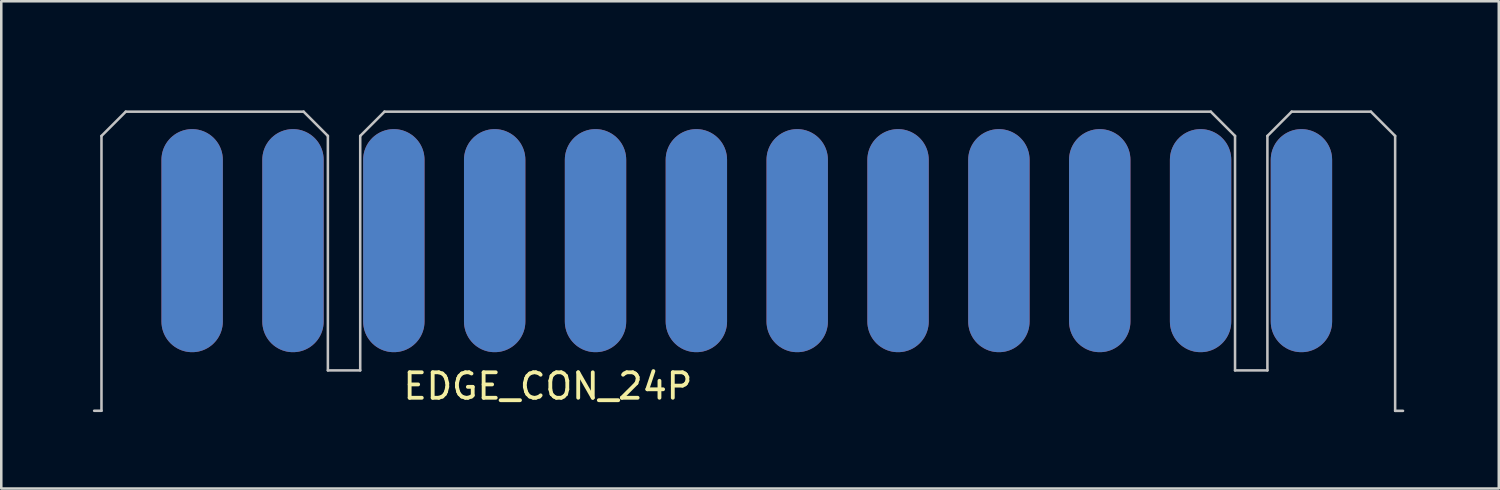
<source format=kicad_pcb>
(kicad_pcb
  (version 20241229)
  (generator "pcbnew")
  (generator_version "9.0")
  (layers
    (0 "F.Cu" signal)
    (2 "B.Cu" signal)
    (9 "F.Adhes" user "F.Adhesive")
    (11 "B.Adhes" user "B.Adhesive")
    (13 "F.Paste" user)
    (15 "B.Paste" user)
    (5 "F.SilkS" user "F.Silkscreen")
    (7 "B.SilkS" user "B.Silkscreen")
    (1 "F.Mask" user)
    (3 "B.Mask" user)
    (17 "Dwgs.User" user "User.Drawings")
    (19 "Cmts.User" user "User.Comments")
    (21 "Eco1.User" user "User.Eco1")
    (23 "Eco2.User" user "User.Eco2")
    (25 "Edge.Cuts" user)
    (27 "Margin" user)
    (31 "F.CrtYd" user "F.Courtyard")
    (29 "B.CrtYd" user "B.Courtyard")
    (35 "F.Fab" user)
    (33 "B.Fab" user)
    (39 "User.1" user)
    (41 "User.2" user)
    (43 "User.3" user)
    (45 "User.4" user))
  (footprint "EDGE_CON_24P"
    (layer "F.Cu")
    (at 4.495 6.4)
    (property "Reference" "EDGE_CON_24P" (at 13.97 5.715 0) (layer "F.SilkS") (effects (font (size 1 1) (thickness 0.15))))
    (attr through_hole)
    (fp_poly (pts (xy -4.445 -6.35) (xy 48.26 -6.35) (xy 48.26 5.08) (xy -4.445 5.08)) (stroke (width 0.1) (type solid)) (fill yes) (layer "F.Mask"))
    (fp_poly (pts (xy -4.445 5.08) (xy 48.26 5.08) (xy 48.26 -6.35) (xy -4.445 -6.35)) (stroke (width 0.1) (type solid)) (fill yes) (layer "B.Mask"))
    (fp_line (start -3.56 -4.112) (end -2.607 -5.065) (stroke (width 0.1) (type solid)) (layer "Dwgs.User"))
    (fp_line (start -3.56 6.68) (end -3.848 6.68) (stroke (width 0.1) (type solid)) (layer "Dwgs.User"))
    (fp_line (start -3.56 6.68) (end -3.56 -4.112) (stroke (width 0.1) (type solid)) (layer "Dwgs.User"))
    (fp_line (start -2.607 -5.065) (end 4.378 -5.065) (stroke (width 0.1) (type solid)) (layer "Dwgs.User"))
    (fp_line (start 4.378 -5.065) (end 5.33 -4.112) (stroke (width 0.1) (type solid)) (layer "Dwgs.User"))
    (fp_line (start 5.33 -4.112) (end 5.33 5.095) (stroke (width 0.1) (type solid)) (layer "Dwgs.User"))
    (fp_line (start 5.33 5.095) (end 6.6 5.095) (stroke (width 0.1) (type solid)) (layer "Dwgs.User"))
    (fp_line (start 6.6 -4.112) (end 7.553 -5.065) (stroke (width 0.1) (type solid)) (layer "Dwgs.User"))
    (fp_line (start 6.6 5.095) (end 6.6 -4.112) (stroke (width 0.1) (type solid)) (layer "Dwgs.User"))
    (fp_line (start 7.553 -5.065) (end 40.001 -5.065) (stroke (width 0.1) (type solid)) (layer "Dwgs.User"))
    (fp_line (start 40.953 -4.112) (end 40.001 -5.065) (stroke (width 0.1) (type solid)) (layer "Dwgs.User"))
    (fp_line (start 40.953 -4.112) (end 40.953 5.095) (stroke (width 0.1) (type solid)) (layer "Dwgs.User"))
    (fp_line (start 40.953 5.095) (end 42.224 5.095) (stroke (width 0.1) (type solid)) (layer "Dwgs.User"))
    (fp_line (start 42.224 -4.112) (end 43.176 -5.065) (stroke (width 0.1) (type solid)) (layer "Dwgs.User"))
    (fp_line (start 42.224 5.095) (end 42.224 -4.112) (stroke (width 0.1) (type solid)) (layer "Dwgs.User"))
    (fp_line (start 43.176 -5.065) (end 46.288 -5.065) (stroke (width 0.1) (type solid)) (layer "Dwgs.User"))
    (fp_line (start 46.288 -5.065) (end 47.24 -4.112) (stroke (width 0.1) (type solid)) (layer "Dwgs.User"))
    (fp_line (start 47.24 -4.112) (end 47.24 6.683) (stroke (width 0.1) (type solid)) (layer "Dwgs.User"))
    (fp_line (start 47.24 6.683) (end 47.549 6.683) (stroke (width 0.1) (type solid)) (layer "Dwgs.User"))
    (pad "1" smd oval (at 43.56 0) (size 2.41 8.76) (layers "F.Cu" "F.Mask"))
    (pad "2" smd oval (at 39.6 0) (size 2.41 8.76) (layers "F.Cu" "F.Mask"))
    (pad "3" smd oval (at 35.64 0) (size 2.41 8.76) (layers "F.Cu" "F.Mask"))
    (pad "4" smd oval (at 31.68 0) (size 2.41 8.76) (layers "F.Cu" "F.Mask"))
    (pad "5" smd oval (at 27.72 0) (size 2.41 8.76) (layers "F.Cu" "F.Mask"))
    (pad "6" smd oval (at 23.76 0) (size 2.41 8.76) (layers "F.Cu" "F.Mask"))
    (pad "7" smd oval (at 19.8 0) (size 2.41 8.76) (layers "F.Cu" "F.Mask"))
    (pad "8" smd oval (at 15.84 0) (size 2.41 8.76) (layers "F.Cu" "F.Mask"))
    (pad "9" smd oval (at 11.88 0) (size 2.41 8.76) (layers "F.Cu" "F.Mask"))
    (pad "10" smd oval (at 7.92 0) (size 2.41 8.76) (layers "F.Cu" "F.Mask"))
    (pad "11" smd oval (at 3.96 0) (size 2.41 8.76) (layers "F.Cu" "F.Mask"))
    (pad "12" smd oval (at 0 0) (size 2.41 8.76) (layers "F.Cu" "F.Mask"))
    (pad "A" smd oval (at 43.56 0) (size 2.41 8.76) (layers "B.Cu" "B.Mask"))
    (pad "B" smd oval (at 39.6 0) (size 2.41 8.76) (layers "F.Mask" "B.Cu"))
    (pad "C" smd oval (at 35.64 0) (size 2.41 8.76) (layers "F.Mask" "B.Cu"))
    (pad "D" smd oval (at 31.68 0) (size 2.41 8.76) (layers "F.Mask" "B.Cu"))
    (pad "E" smd oval (at 27.72 0) (size 2.41 8.76) (layers "F.Mask" "B.Cu"))
    (pad "F" smd oval (at 23.76 0) (size 2.41 8.76) (layers "F.Mask" "B.Cu"))
    (pad "H" smd oval (at 19.8 0) (size 2.41 8.76) (layers "F.Mask" "B.Cu"))
    (pad "J" smd oval (at 15.84 0) (size 2.41 8.76) (layers "F.Mask" "B.Cu"))
    (pad "K" smd oval (at 11.88 0) (size 2.41 8.76) (layers "F.Mask" "B.Cu"))
    (pad "L" smd oval (at 7.92 0) (size 2.41 8.76) (layers "F.Mask" "B.Cu"))
    (pad "M" smd oval (at 3.96 0) (size 2.41 8.76) (layers "F.Mask" "B.Cu"))
    (pad "N" smd oval (at 0 0) (size 2.41 8.76) (layers "F.Mask" "B.Cu")))
  (gr_rect
    (start -3 -3)
    (end 55.805 16.133)
    (stroke (width 0.1) (type default))
    (fill no)
    (layer "Edge.Cuts")))
</source>
